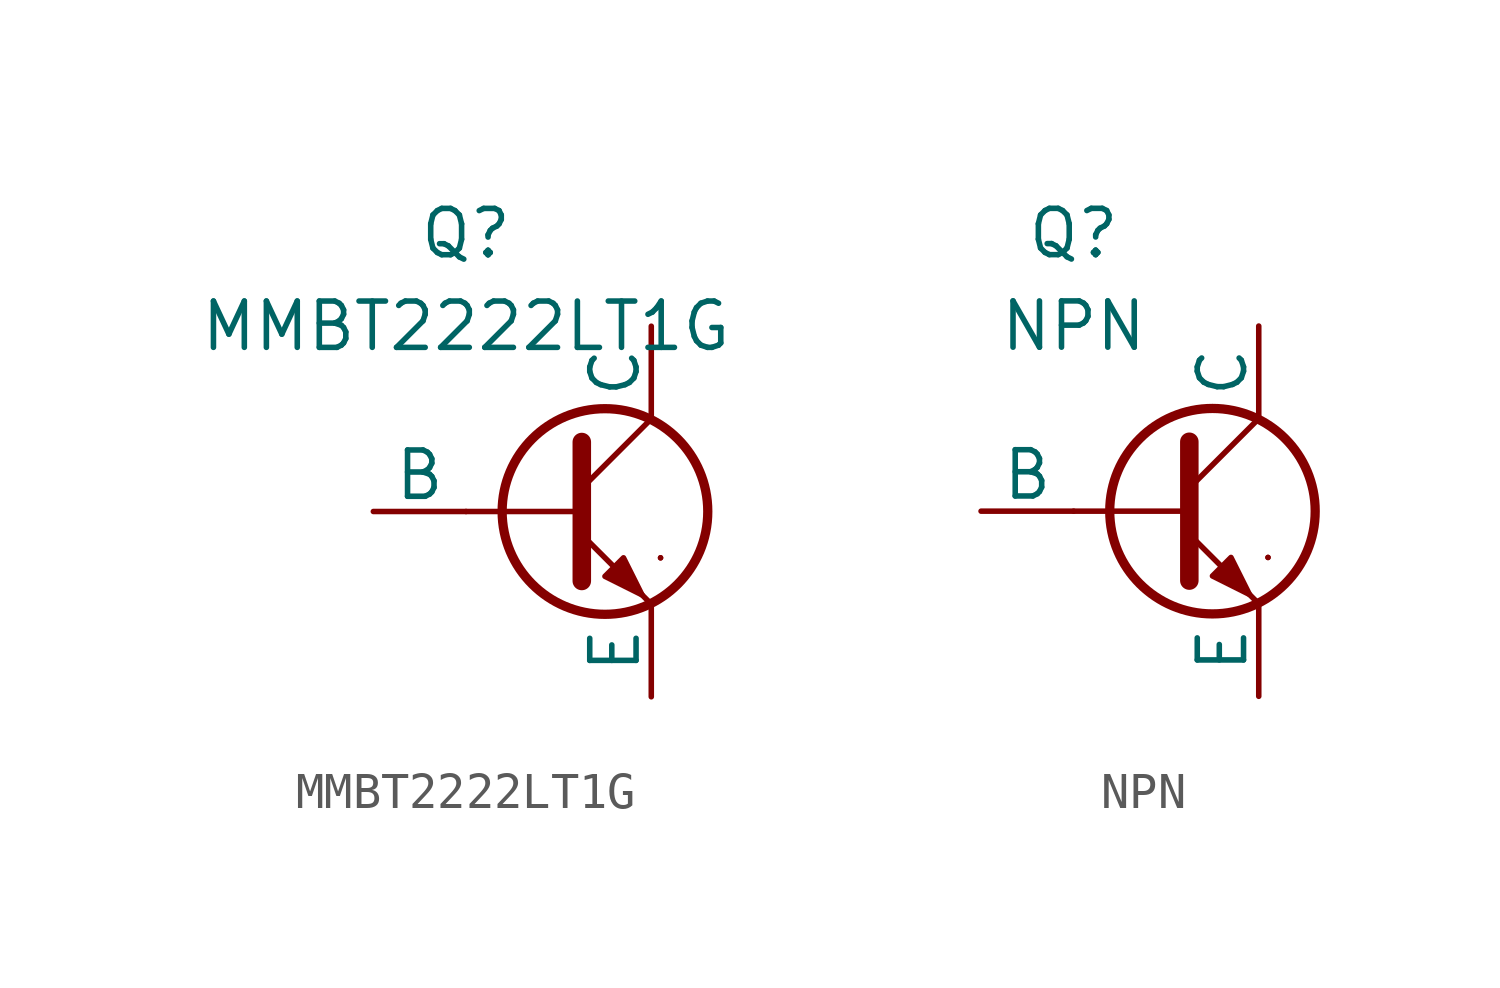
<source format=kicad_sym>
(kicad_symbol_lib
  (version 20241209)
  (generator "kicad_symbol_editor")
  (generator_version "9.0")
  (symbol "MMBT2222LT1G"
    (pin_numbers
      (hide yes))
    (pin_names
      (offset 0))
    (property "Reference" "Q"
      (at -2.54 7.62 0)
      (effects (font (size 1.27 1.27))))
    (property "Value" "MMBT2222LT1G"
      (at -2.54 5.08 0)
      (effects (font (size 1.27 1.27))))
    (symbol "MMBT2222LT1G_0_1"
      (polyline (pts (xy -2.54 0) (xy 0.635 0)) (stroke (width 0.152) (type default)) (fill (type none)))
      (polyline (pts (xy 0.635 1.905) (xy 0.635 -1.905) (xy 0.635 -1.905)) (stroke (width 0.508) (type default)) (fill (type none)))
      (polyline (pts (xy 0.635 0.635) (xy 2.54 2.54)) (stroke (width 0) (type default)) (fill (type none)))
      (polyline (pts (xy 0.635 -0.635) (xy 2.54 -2.54) (xy 2.54 -2.54)) (stroke (width 0) (type default)) (fill (type none)))
      (circle (center 1.27 0) (radius 2.819) (stroke (width 0.254) (type default)) (fill (type none)))
      (polyline (pts (xy 1.27 -1.778) (xy 1.778 -1.27) (xy 2.286 -2.286) (xy 1.27 -1.778) (xy 1.27 -1.778)) (stroke (width 0) (type default)) (fill (type outline)))
      (polyline (pts (xy 2.794 -1.27) (xy 2.794 -1.27)) (stroke (width 0.152) (type default)) (fill (type none)))
      (polyline (pts (xy 2.794 -1.27) (xy 2.794 -1.27)) (stroke (width 0.152) (type default)) (fill (type none))))
    (symbol "MMBT2222LT1G_1_1"
      (pin input line (at -5.08 0 0) (length 2.54) (name "B" (effects (font (size 1.27 1.27)))) (number "1" (effects (font (size 1.27 1.27)))))
      (pin open_collector line (at 2.54 5.08 270) (length 2.54) (name "C" (effects (font (size 1.27 1.27)))) (number "3" (effects (font (size 1.27 1.27)))))
      (pin open_emitter line (at 2.54 -5.08 90) (length 2.54) (name "E" (effects (font (size 1.27 1.27)))) (number "2" (effects (font (size 1.27 1.27)))))))
  (symbol "NPN"
    (pin_numbers
      (hide yes))
    (pin_names
      (offset 0))
    (property "Reference" "Q"
      (at -2.54 7.62 0)
      (effects (font (size 1.27 1.27))))
    (property "Value" "NPN"
      (at -2.54 5.08 0)
      (effects (font (size 1.27 1.27))))
    (symbol "NPN_0_1"
      (polyline (pts (xy -2.54 0) (xy 0.635 0)) (stroke (width 0.152) (type default)) (fill (type none)))
      (polyline (pts (xy 0.635 1.905) (xy 0.635 -1.905) (xy 0.635 -1.905)) (stroke (width 0.508) (type default)) (fill (type none)))
      (polyline (pts (xy 0.635 0.635) (xy 2.54 2.54)) (stroke (width 0) (type default)) (fill (type none)))
      (polyline (pts (xy 0.635 -0.635) (xy 2.54 -2.54) (xy 2.54 -2.54)) (stroke (width 0) (type default)) (fill (type none)))
      (circle (center 1.27 0) (radius 2.819) (stroke (width 0.254) (type default)) (fill (type none)))
      (polyline (pts (xy 1.27 -1.778) (xy 1.778 -1.27) (xy 2.286 -2.286) (xy 1.27 -1.778) (xy 1.27 -1.778)) (stroke (width 0) (type default)) (fill (type outline)))
      (polyline (pts (xy 2.794 -1.27) (xy 2.794 -1.27)) (stroke (width 0.152) (type default)) (fill (type none)))
      (polyline (pts (xy 2.794 -1.27) (xy 2.794 -1.27)) (stroke (width 0.152) (type default)) (fill (type none))))
    (symbol "NPN_1_1"
      (pin input line (at -5.08 0 0) (length 2.54) (name "B" (effects (font (size 1.27 1.27)))) (number "1" (effects (font (size 1.27 1.27)))))
      (pin open_collector line (at 2.54 5.08 270) (length 2.54) (name "C" (effects (font (size 1.27 1.27)))) (number "3" (effects (font (size 1.27 1.27)))))
      (pin open_emitter line (at 2.54 -5.08 90) (length 2.54) (name "E" (effects (font (size 1.27 1.27)))) (number "2" (effects (font (size 1.27 1.27))))))))
</source>
